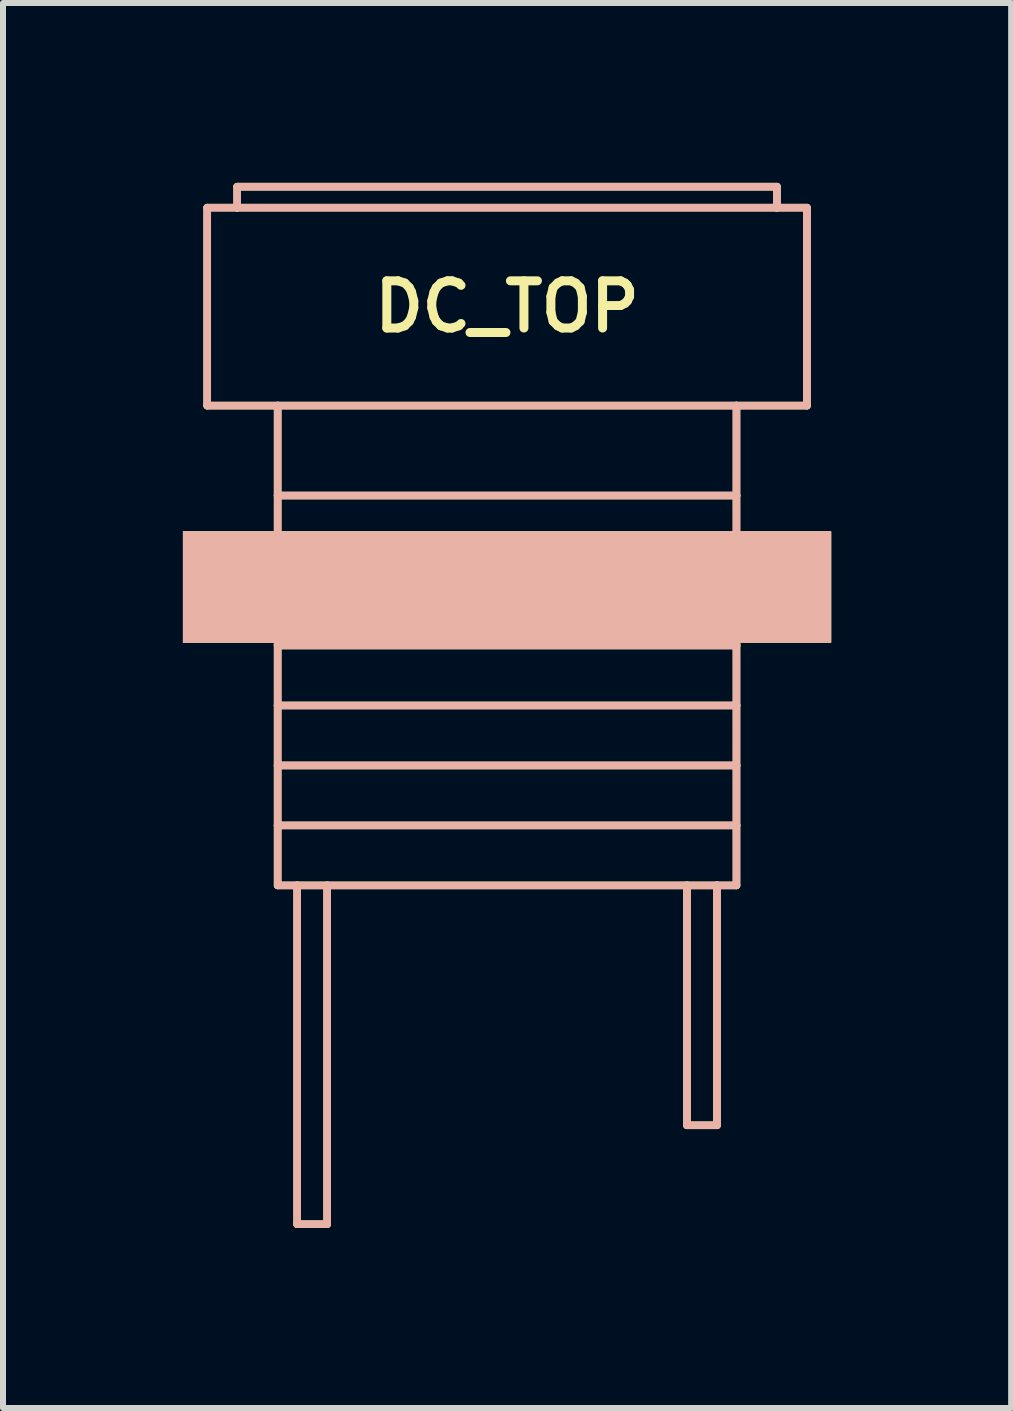
<source format=kicad_pcb>
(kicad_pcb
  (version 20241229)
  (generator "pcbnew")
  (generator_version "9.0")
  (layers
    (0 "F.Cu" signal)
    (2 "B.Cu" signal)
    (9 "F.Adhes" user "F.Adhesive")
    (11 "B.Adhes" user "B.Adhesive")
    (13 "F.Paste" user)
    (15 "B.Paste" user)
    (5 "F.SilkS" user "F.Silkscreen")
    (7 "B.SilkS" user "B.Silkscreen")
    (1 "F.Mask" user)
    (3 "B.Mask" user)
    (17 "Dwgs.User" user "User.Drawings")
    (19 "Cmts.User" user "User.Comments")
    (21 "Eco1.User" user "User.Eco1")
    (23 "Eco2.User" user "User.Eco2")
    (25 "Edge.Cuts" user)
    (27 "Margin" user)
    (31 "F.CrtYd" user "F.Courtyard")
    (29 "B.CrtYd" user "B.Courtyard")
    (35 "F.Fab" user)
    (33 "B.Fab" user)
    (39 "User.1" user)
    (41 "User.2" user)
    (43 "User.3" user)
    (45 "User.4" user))
  (footprint "DC_TOP"
    (layer "F.Cu")
    (at 5.405 2.063)
    (property "Reference" "DC_TOP" (at 0 0 0) (layer "F.SilkS") (effects (font (size 0.787 0.787) (thickness 0.15))))
    (attr smd)
    (fp_line (start -5 -1.65) (end -4.5 -1.65) (stroke (width 0.127) (type solid)) (layer "F.SilkS"))
    (fp_line (start -5 1.65) (end -5 -1.65) (stroke (width 0.127) (type solid)) (layer "F.SilkS"))
    (fp_line (start -5 1.65) (end -3.825 1.65) (stroke (width 0.127) (type solid)) (layer "F.SilkS"))
    (fp_line (start -4.5 -2) (end -4.5 -1.65) (stroke (width 0.127) (type solid)) (layer "F.SilkS"))
    (fp_line (start -4.5 -1.65) (end 4.5 -1.65) (stroke (width 0.127) (type solid)) (layer "F.SilkS"))
    (fp_line (start -3.825 1.65) (end 3.825 1.65) (stroke (width 0.127) (type solid)) (layer "F.SilkS"))
    (fp_line (start -3.825 3.15) (end -3.825 1.65) (stroke (width 0.127) (type solid)) (layer "F.SilkS"))
    (fp_line (start -3.825 3.15) (end 3.825 3.15) (stroke (width 0.127) (type solid)) (layer "F.SilkS"))
    (fp_line (start -3.825 4.65) (end -3.825 3.15) (stroke (width 0.127) (type solid)) (layer "F.SilkS"))
    (fp_line (start -3.825 4.65) (end 3.825 4.65) (stroke (width 0.127) (type solid)) (layer "F.SilkS"))
    (fp_line (start -3.825 5.65) (end -3.825 4.65) (stroke (width 0.127) (type solid)) (layer "F.SilkS"))
    (fp_line (start -3.825 5.65) (end 3.825 5.65) (stroke (width 0.127) (type solid)) (layer "F.SilkS"))
    (fp_line (start -3.825 6.65) (end -3.825 5.65) (stroke (width 0.127) (type solid)) (layer "F.SilkS"))
    (fp_line (start -3.825 6.65) (end 3.825 6.65) (stroke (width 0.127) (type solid)) (layer "F.SilkS"))
    (fp_line (start -3.825 7.65) (end -3.825 6.65) (stroke (width 0.127) (type solid)) (layer "F.SilkS"))
    (fp_line (start -3.825 7.65) (end 3.825 7.65) (stroke (width 0.127) (type solid)) (layer "F.SilkS"))
    (fp_line (start -3.825 8.65) (end -3.825 7.65) (stroke (width 0.127) (type solid)) (layer "F.SilkS"))
    (fp_line (start -3.825 8.65) (end 3.825 8.65) (stroke (width 0.127) (type solid)) (layer "F.SilkS"))
    (fp_line (start -3.825 9.65) (end -3.825 8.65) (stroke (width 0.127) (type solid)) (layer "F.SilkS"))
    (fp_line (start -3.5 9.65) (end -3.825 9.65) (stroke (width 0.127) (type solid)) (layer "F.SilkS"))
    (fp_line (start -3.5 9.65) (end -3.5 15.3) (stroke (width 0.127) (type solid)) (layer "F.SilkS"))
    (fp_line (start -3 9.65) (end -3.5 9.65) (stroke (width 0.127) (type solid)) (layer "F.SilkS"))
    (fp_line (start -3 9.65) (end -3 15.3) (stroke (width 0.127) (type solid)) (layer "F.SilkS"))
    (fp_line (start -3 15.3) (end -3.5 15.3) (stroke (width 0.127) (type solid)) (layer "F.SilkS"))
    (fp_line (start 3 9.65) (end -3 9.65) (stroke (width 0.127) (type solid)) (layer "F.SilkS"))
    (fp_line (start 3 9.65) (end 3 13.65) (stroke (width 0.127) (type solid)) (layer "F.SilkS"))
    (fp_line (start 3.5 9.65) (end 3 9.65) (stroke (width 0.127) (type solid)) (layer "F.SilkS"))
    (fp_line (start 3.5 9.65) (end 3.5 13.65) (stroke (width 0.127) (type solid)) (layer "F.SilkS"))
    (fp_line (start 3.5 13.65) (end 3 13.65) (stroke (width 0.127) (type solid)) (layer "F.SilkS"))
    (fp_line (start 3.825 3.15) (end 3.825 1.65) (stroke (width 0.127) (type solid)) (layer "F.SilkS"))
    (fp_line (start 3.825 4.65) (end 3.825 3.15) (stroke (width 0.127) (type solid)) (layer "F.SilkS"))
    (fp_line (start 3.825 5.65) (end 3.825 4.65) (stroke (width 0.127) (type solid)) (layer "F.SilkS"))
    (fp_line (start 3.825 6.65) (end 3.825 5.65) (stroke (width 0.127) (type solid)) (layer "F.SilkS"))
    (fp_line (start 3.825 7.65) (end 3.825 6.65) (stroke (width 0.127) (type solid)) (layer "F.SilkS"))
    (fp_line (start 3.825 8.65) (end 3.825 7.65) (stroke (width 0.127) (type solid)) (layer "F.SilkS"))
    (fp_line (start 3.825 9.65) (end 3.5 9.65) (stroke (width 0.127) (type solid)) (layer "F.SilkS"))
    (fp_line (start 3.825 9.65) (end 3.825 8.65) (stroke (width 0.127) (type solid)) (layer "F.SilkS"))
    (fp_line (start 4.5 -2) (end -4.5 -2) (stroke (width 0.127) (type solid)) (layer "F.SilkS"))
    (fp_line (start 4.5 -2) (end 4.5 -1.65) (stroke (width 0.127) (type solid)) (layer "F.SilkS"))
    (fp_line (start 5 -1.65) (end 4.5 -1.65) (stroke (width 0.127) (type solid)) (layer "F.SilkS"))
    (fp_line (start 5 -1.65) (end 5 1.65) (stroke (width 0.127) (type solid)) (layer "F.SilkS"))
    (fp_line (start 5 1.65) (end 3.825 1.65) (stroke (width 0.127) (type solid)) (layer "F.SilkS"))
    (fp_poly (pts (xy -5.4 3.75) (xy 5.4 3.75) (xy 5.4 5.6) (xy -5.4 5.6)) (stroke (width 0.01) (type solid)) (fill yes) (layer "F.SilkS"))
    (fp_line (start -5 -1.65) (end -4.5 -1.65) (stroke (width 0.127) (type solid)) (layer "B.SilkS"))
    (fp_line (start -5 1.65) (end -5 -1.65) (stroke (width 0.127) (type solid)) (layer "B.SilkS"))
    (fp_line (start -5 1.65) (end -3.825 1.65) (stroke (width 0.127) (type solid)) (layer "B.SilkS"))
    (fp_line (start -4.5 -2) (end -4.5 -1.65) (stroke (width 0.127) (type solid)) (layer "B.SilkS"))
    (fp_line (start -4.5 -1.65) (end 4.5 -1.65) (stroke (width 0.127) (type solid)) (layer "B.SilkS"))
    (fp_line (start -3.825 1.65) (end 3.825 1.65) (stroke (width 0.127) (type solid)) (layer "B.SilkS"))
    (fp_line (start -3.825 3.15) (end -3.825 1.65) (stroke (width 0.127) (type solid)) (layer "B.SilkS"))
    (fp_line (start -3.825 3.15) (end 3.825 3.15) (stroke (width 0.127) (type solid)) (layer "B.SilkS"))
    (fp_line (start -3.825 4.65) (end -3.825 3.15) (stroke (width 0.127) (type solid)) (layer "B.SilkS"))
    (fp_line (start -3.825 4.65) (end 3.825 4.65) (stroke (width 0.127) (type solid)) (layer "B.SilkS"))
    (fp_line (start -3.825 5.65) (end -3.825 4.65) (stroke (width 0.127) (type solid)) (layer "B.SilkS"))
    (fp_line (start -3.825 5.65) (end 3.825 5.65) (stroke (width 0.127) (type solid)) (layer "B.SilkS"))
    (fp_line (start -3.825 6.65) (end -3.825 5.65) (stroke (width 0.127) (type solid)) (layer "B.SilkS"))
    (fp_line (start -3.825 6.65) (end 3.825 6.65) (stroke (width 0.127) (type solid)) (layer "B.SilkS"))
    (fp_line (start -3.825 7.65) (end -3.825 6.65) (stroke (width 0.127) (type solid)) (layer "B.SilkS"))
    (fp_line (start -3.825 7.65) (end 3.825 7.65) (stroke (width 0.127) (type solid)) (layer "B.SilkS"))
    (fp_line (start -3.825 8.65) (end -3.825 7.65) (stroke (width 0.127) (type solid)) (layer "B.SilkS"))
    (fp_line (start -3.825 8.65) (end 3.825 8.65) (stroke (width 0.127) (type solid)) (layer "B.SilkS"))
    (fp_line (start -3.825 9.65) (end -3.825 8.65) (stroke (width 0.127) (type solid)) (layer "B.SilkS"))
    (fp_line (start -3.5 9.65) (end -3.825 9.65) (stroke (width 0.127) (type solid)) (layer "B.SilkS"))
    (fp_line (start -3.5 9.65) (end -3.5 15.3) (stroke (width 0.127) (type solid)) (layer "B.SilkS"))
    (fp_line (start -3 9.65) (end -3.5 9.65) (stroke (width 0.127) (type solid)) (layer "B.SilkS"))
    (fp_line (start -3 9.65) (end -3 15.3) (stroke (width 0.127) (type solid)) (layer "B.SilkS"))
    (fp_line (start -3 15.3) (end -3.5 15.3) (stroke (width 0.127) (type solid)) (layer "B.SilkS"))
    (fp_line (start 3 9.65) (end -3 9.65) (stroke (width 0.127) (type solid)) (layer "B.SilkS"))
    (fp_line (start 3 9.65) (end 3 13.65) (stroke (width 0.127) (type solid)) (layer "B.SilkS"))
    (fp_line (start 3.5 9.65) (end 3 9.65) (stroke (width 0.127) (type solid)) (layer "B.SilkS"))
    (fp_line (start 3.5 9.65) (end 3.5 13.65) (stroke (width 0.127) (type solid)) (layer "B.SilkS"))
    (fp_line (start 3.5 13.65) (end 3 13.65) (stroke (width 0.127) (type solid)) (layer "B.SilkS"))
    (fp_line (start 3.825 3.15) (end 3.825 1.65) (stroke (width 0.127) (type solid)) (layer "B.SilkS"))
    (fp_line (start 3.825 4.65) (end 3.825 3.15) (stroke (width 0.127) (type solid)) (layer "B.SilkS"))
    (fp_line (start 3.825 5.65) (end 3.825 4.65) (stroke (width 0.127) (type solid)) (layer "B.SilkS"))
    (fp_line (start 3.825 6.65) (end 3.825 5.65) (stroke (width 0.127) (type solid)) (layer "B.SilkS"))
    (fp_line (start 3.825 7.65) (end 3.825 6.65) (stroke (width 0.127) (type solid)) (layer "B.SilkS"))
    (fp_line (start 3.825 8.65) (end 3.825 7.65) (stroke (width 0.127) (type solid)) (layer "B.SilkS"))
    (fp_line (start 3.825 9.65) (end 3.5 9.65) (stroke (width 0.127) (type solid)) (layer "B.SilkS"))
    (fp_line (start 3.825 9.65) (end 3.825 8.65) (stroke (width 0.127) (type solid)) (layer "B.SilkS"))
    (fp_line (start 4.5 -2) (end -4.5 -2) (stroke (width 0.127) (type solid)) (layer "B.SilkS"))
    (fp_line (start 4.5 -2) (end 4.5 -1.65) (stroke (width 0.127) (type solid)) (layer "B.SilkS"))
    (fp_line (start 5 -1.65) (end 4.5 -1.65) (stroke (width 0.127) (type solid)) (layer "B.SilkS"))
    (fp_line (start 5 -1.65) (end 5 1.65) (stroke (width 0.127) (type solid)) (layer "B.SilkS"))
    (fp_line (start 5 1.65) (end 3.825 1.65) (stroke (width 0.127) (type solid)) (layer "B.SilkS"))
    (fp_poly (pts (xy -5.4 3.75) (xy 5.4 3.75) (xy 5.4 5.6) (xy -5.4 5.6)) (stroke (width 0.01) (type solid)) (fill yes) (layer "B.SilkS")))
  (gr_rect
    (start -3 -3)
    (end 13.81 20.427)
    (stroke (width 0.1) (type default))
    (fill no)
    (layer "Edge.Cuts")))
</source>
